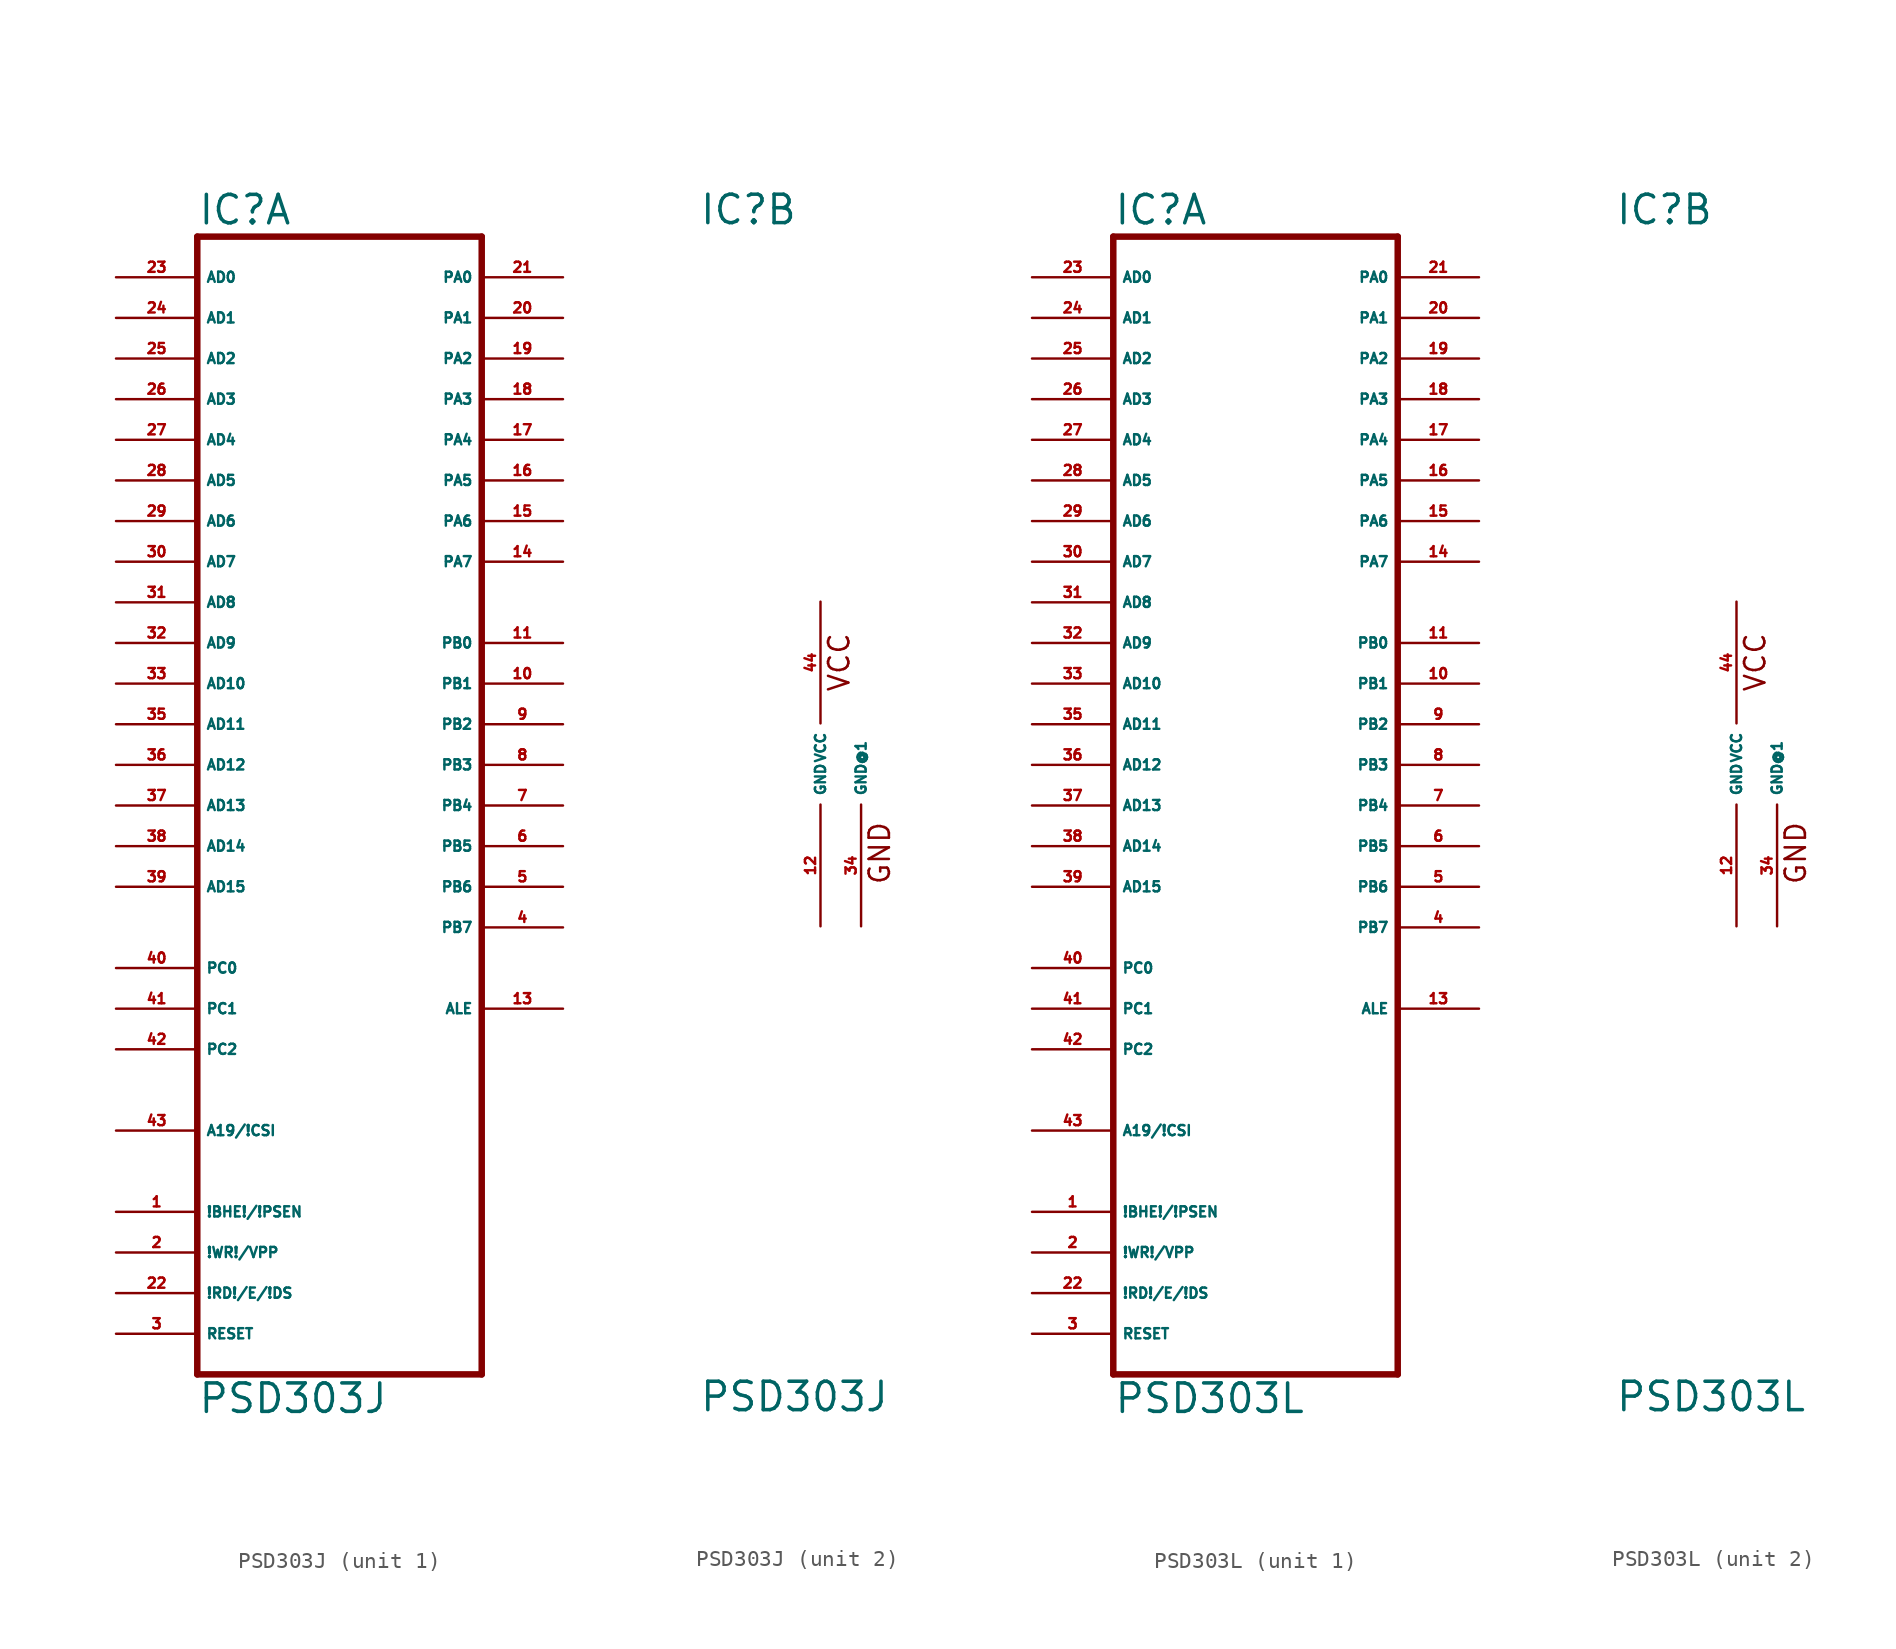
<source format=kicad_sym>
(kicad_symbol_lib
  (version 20220914)
  (generator Eagle2Kicad)
  (symbol "PSD303J"
    (property "Reference" "IC"
      (at -7.62 33.655 0)
      (effects (font (size 1.778 1.778) (thickness 0.22)) (justify left bottom)))
    (property "Value" "PSD303J"
      (at -7.62 -40.64 0)
      (effects (font (size 1.778 1.778) (thickness 0.22)) (justify left bottom)))
    (symbol "PSD303J_1_0"
      (polyline (pts (xy -7.62 -38.1) (xy 10.16 -38.1)) (stroke (width 0.406) (type default)) (fill (type none)))
      (polyline (pts (xy 10.16 -38.1) (xy 10.16 33.02)) (stroke (width 0.406) (type default)) (fill (type none)))
      (polyline (pts (xy 10.16 33.02) (xy -7.62 33.02)) (stroke (width 0.406) (type default)) (fill (type none)))
      (polyline (pts (xy -7.62 33.02) (xy -7.62 -38.1)) (stroke (width 0.406) (type default)) (fill (type none)))
      (pin input line (at -12.7 30.48 0) (length 5.08) (name "AD0" (effects (font (size 0.635 0.635) (thickness 0.08)) (justify left bottom))) (number "23" (effects (font (size 0.635 0.635) (thickness 0.08)) (justify left bottom))))
      (pin input line (at -12.7 27.94 0) (length 5.08) (name "AD1" (effects (font (size 0.635 0.635) (thickness 0.08)) (justify left bottom))) (number "24" (effects (font (size 0.635 0.635) (thickness 0.08)) (justify left bottom))))
      (pin input line (at -12.7 25.4 0) (length 5.08) (name "AD2" (effects (font (size 0.635 0.635) (thickness 0.08)) (justify left bottom))) (number "25" (effects (font (size 0.635 0.635) (thickness 0.08)) (justify left bottom))))
      (pin input line (at -12.7 22.86 0) (length 5.08) (name "AD3" (effects (font (size 0.635 0.635) (thickness 0.08)) (justify left bottom))) (number "26" (effects (font (size 0.635 0.635) (thickness 0.08)) (justify left bottom))))
      (pin input line (at -12.7 20.32 0) (length 5.08) (name "AD4" (effects (font (size 0.635 0.635) (thickness 0.08)) (justify left bottom))) (number "27" (effects (font (size 0.635 0.635) (thickness 0.08)) (justify left bottom))))
      (pin input line (at -12.7 17.78 0) (length 5.08) (name "AD5" (effects (font (size 0.635 0.635) (thickness 0.08)) (justify left bottom))) (number "28" (effects (font (size 0.635 0.635) (thickness 0.08)) (justify left bottom))))
      (pin input line (at -12.7 15.24 0) (length 5.08) (name "AD6" (effects (font (size 0.635 0.635) (thickness 0.08)) (justify left bottom))) (number "29" (effects (font (size 0.635 0.635) (thickness 0.08)) (justify left bottom))))
      (pin input line (at -12.7 12.7 0) (length 5.08) (name "AD7" (effects (font (size 0.635 0.635) (thickness 0.08)) (justify left bottom))) (number "30" (effects (font (size 0.635 0.635) (thickness 0.08)) (justify left bottom))))
      (pin input line (at -12.7 10.16 0) (length 5.08) (name "AD8" (effects (font (size 0.635 0.635) (thickness 0.08)) (justify left bottom))) (number "31" (effects (font (size 0.635 0.635) (thickness 0.08)) (justify left bottom))))
      (pin input line (at -12.7 7.62 0) (length 5.08) (name "AD9" (effects (font (size 0.635 0.635) (thickness 0.08)) (justify left bottom))) (number "32" (effects (font (size 0.635 0.635) (thickness 0.08)) (justify left bottom))))
      (pin input line (at -12.7 5.08 0) (length 5.08) (name "AD10" (effects (font (size 0.635 0.635) (thickness 0.08)) (justify left bottom))) (number "33" (effects (font (size 0.635 0.635) (thickness 0.08)) (justify left bottom))))
      (pin input line (at -12.7 2.54 0) (length 5.08) (name "AD11" (effects (font (size 0.635 0.635) (thickness 0.08)) (justify left bottom))) (number "35" (effects (font (size 0.635 0.635) (thickness 0.08)) (justify left bottom))))
      (pin input line (at -12.7 0 0) (length 5.08) (name "AD12" (effects (font (size 0.635 0.635) (thickness 0.08)) (justify left bottom))) (number "36" (effects (font (size 0.635 0.635) (thickness 0.08)) (justify left bottom))))
      (pin input line (at -12.7 -2.54 0) (length 5.08) (name "AD13" (effects (font (size 0.635 0.635) (thickness 0.08)) (justify left bottom))) (number "37" (effects (font (size 0.635 0.635) (thickness 0.08)) (justify left bottom))))
      (pin input line (at -12.7 -5.08 0) (length 5.08) (name "AD14" (effects (font (size 0.635 0.635) (thickness 0.08)) (justify left bottom))) (number "38" (effects (font (size 0.635 0.635) (thickness 0.08)) (justify left bottom))))
      (pin input line (at -12.7 -7.62 0) (length 5.08) (name "AD15" (effects (font (size 0.635 0.635) (thickness 0.08)) (justify left bottom))) (number "39" (effects (font (size 0.635 0.635) (thickness 0.08)) (justify left bottom))))
      (pin input line (at -12.7 -12.7 0) (length 5.08) (name "PC0" (effects (font (size 0.635 0.635) (thickness 0.08)) (justify left bottom))) (number "40" (effects (font (size 0.635 0.635) (thickness 0.08)) (justify left bottom))))
      (pin input line (at -12.7 -15.24 0) (length 5.08) (name "PC1" (effects (font (size 0.635 0.635) (thickness 0.08)) (justify left bottom))) (number "41" (effects (font (size 0.635 0.635) (thickness 0.08)) (justify left bottom))))
      (pin input line (at -12.7 -17.78 0) (length 5.08) (name "PC2" (effects (font (size 0.635 0.635) (thickness 0.08)) (justify left bottom))) (number "42" (effects (font (size 0.635 0.635) (thickness 0.08)) (justify left bottom))))
      (pin input line (at -12.7 -22.86 0) (length 5.08) (name "A19/!CSI" (effects (font (size 0.635 0.635) (thickness 0.08)) (justify left bottom))) (number "43" (effects (font (size 0.635 0.635) (thickness 0.08)) (justify left bottom))))
      (pin bidirectional line (at 15.24 30.48 180) (length 5.08) (name "PA0" (effects (font (size 0.635 0.635) (thickness 0.08)) (justify left bottom))) (number "21" (effects (font (size 0.635 0.635) (thickness 0.08)) (justify left bottom))))
      (pin bidirectional line (at 15.24 27.94 180) (length 5.08) (name "PA1" (effects (font (size 0.635 0.635) (thickness 0.08)) (justify left bottom))) (number "20" (effects (font (size 0.635 0.635) (thickness 0.08)) (justify left bottom))))
      (pin bidirectional line (at 15.24 25.4 180) (length 5.08) (name "PA2" (effects (font (size 0.635 0.635) (thickness 0.08)) (justify left bottom))) (number "19" (effects (font (size 0.635 0.635) (thickness 0.08)) (justify left bottom))))
      (pin bidirectional line (at 15.24 22.86 180) (length 5.08) (name "PA3" (effects (font (size 0.635 0.635) (thickness 0.08)) (justify left bottom))) (number "18" (effects (font (size 0.635 0.635) (thickness 0.08)) (justify left bottom))))
      (pin bidirectional line (at 15.24 20.32 180) (length 5.08) (name "PA4" (effects (font (size 0.635 0.635) (thickness 0.08)) (justify left bottom))) (number "17" (effects (font (size 0.635 0.635) (thickness 0.08)) (justify left bottom))))
      (pin bidirectional line (at 15.24 17.78 180) (length 5.08) (name "PA5" (effects (font (size 0.635 0.635) (thickness 0.08)) (justify left bottom))) (number "16" (effects (font (size 0.635 0.635) (thickness 0.08)) (justify left bottom))))
      (pin bidirectional line (at 15.24 15.24 180) (length 5.08) (name "PA6" (effects (font (size 0.635 0.635) (thickness 0.08)) (justify left bottom))) (number "15" (effects (font (size 0.635 0.635) (thickness 0.08)) (justify left bottom))))
      (pin bidirectional line (at 15.24 12.7 180) (length 5.08) (name "PA7" (effects (font (size 0.635 0.635) (thickness 0.08)) (justify left bottom))) (number "14" (effects (font (size 0.635 0.635) (thickness 0.08)) (justify left bottom))))
      (pin output line (at 15.24 7.62 180) (length 5.08) (name "PB0" (effects (font (size 0.635 0.635) (thickness 0.08)) (justify left bottom))) (number "11" (effects (font (size 0.635 0.635) (thickness 0.08)) (justify left bottom))))
      (pin output line (at 15.24 5.08 180) (length 5.08) (name "PB1" (effects (font (size 0.635 0.635) (thickness 0.08)) (justify left bottom))) (number "10" (effects (font (size 0.635 0.635) (thickness 0.08)) (justify left bottom))))
      (pin output line (at 15.24 2.54 180) (length 5.08) (name "PB2" (effects (font (size 0.635 0.635) (thickness 0.08)) (justify left bottom))) (number "9" (effects (font (size 0.635 0.635) (thickness 0.08)) (justify left bottom))))
      (pin output line (at 15.24 0 180) (length 5.08) (name "PB3" (effects (font (size 0.635 0.635) (thickness 0.08)) (justify left bottom))) (number "8" (effects (font (size 0.635 0.635) (thickness 0.08)) (justify left bottom))))
      (pin output line (at 15.24 -2.54 180) (length 5.08) (name "PB4" (effects (font (size 0.635 0.635) (thickness 0.08)) (justify left bottom))) (number "7" (effects (font (size 0.635 0.635) (thickness 0.08)) (justify left bottom))))
      (pin output line (at 15.24 -5.08 180) (length 5.08) (name "PB5" (effects (font (size 0.635 0.635) (thickness 0.08)) (justify left bottom))) (number "6" (effects (font (size 0.635 0.635) (thickness 0.08)) (justify left bottom))))
      (pin output line (at 15.24 -7.62 180) (length 5.08) (name "PB6" (effects (font (size 0.635 0.635) (thickness 0.08)) (justify left bottom))) (number "5" (effects (font (size 0.635 0.635) (thickness 0.08)) (justify left bottom))))
      (pin output line (at 15.24 -10.16 180) (length 5.08) (name "PB7" (effects (font (size 0.635 0.635) (thickness 0.08)) (justify left bottom))) (number "4" (effects (font (size 0.635 0.635) (thickness 0.08)) (justify left bottom))))
      (pin output line (at 15.24 -15.24 180) (length 5.08) (name "ALE" (effects (font (size 0.635 0.635) (thickness 0.08)) (justify left bottom))) (number "13" (effects (font (size 0.635 0.635) (thickness 0.08)) (justify left bottom))))
      (pin input line (at -12.7 -27.94 0) (length 5.08) (name "!BHE!/!PSEN" (effects (font (size 0.635 0.635) (thickness 0.08)) (justify left bottom))) (number "1" (effects (font (size 0.635 0.635) (thickness 0.08)) (justify left bottom))))
      (pin input line (at -12.7 -30.48 0) (length 5.08) (name "!WR!/VPP" (effects (font (size 0.635 0.635) (thickness 0.08)) (justify left bottom))) (number "2" (effects (font (size 0.635 0.635) (thickness 0.08)) (justify left bottom))))
      (pin input line (at -12.7 -33.02 0) (length 5.08) (name "!RD!/E/!DS" (effects (font (size 0.635 0.635) (thickness 0.08)) (justify left bottom))) (number "22" (effects (font (size 0.635 0.635) (thickness 0.08)) (justify left bottom))))
      (pin input line (at -12.7 -35.56 0) (length 5.08) (name "RESET" (effects (font (size 0.635 0.635) (thickness 0.08)) (justify left bottom))) (number "3" (effects (font (size 0.635 0.635) (thickness 0.08)) (justify left bottom)))))
    (symbol "PSD303J_2_0"
      (text "VCC" (at 1.905 4.445 900) (effects (font (size 1.27 1.27) (thickness 0.16)) (justify left bottom)))
      (text "GND" (at 4.445 -7.62 900) (effects (font (size 1.27 1.27) (thickness 0.16)) (justify left bottom)))
      (pin unspecified line (at 0 10.16 270) (length 7.62) (name "VCC" (effects (font (size 0.635 0.635) (thickness 0.08)) (justify left bottom))) (number "44" (effects (font (size 0.635 0.635) (thickness 0.08)) (justify left bottom))))
      (pin unspecified line (at 0 -10.16 90) (length 7.62) (name "GND" (effects (font (size 0.635 0.635) (thickness 0.08)) (justify left bottom))) (number "12" (effects (font (size 0.635 0.635) (thickness 0.08)) (justify left bottom))))
      (pin unspecified line (at 2.54 -10.16 90) (length 7.62) (name "GND@1" (effects (font (size 0.635 0.635) (thickness 0.08)) (justify left bottom))) (number "34" (effects (font (size 0.635 0.635) (thickness 0.08)) (justify left bottom))))))
  (symbol "PSD303L"
    (property "Reference" "IC"
      (at -7.62 33.655 0)
      (effects (font (size 1.778 1.778) (thickness 0.22)) (justify left bottom)))
    (property "Value" "PSD303L"
      (at -7.62 -40.64 0)
      (effects (font (size 1.778 1.778) (thickness 0.22)) (justify left bottom)))
    (symbol "PSD303L_1_0"
      (polyline (pts (xy -7.62 -38.1) (xy 10.16 -38.1)) (stroke (width 0.406) (type default)) (fill (type none)))
      (polyline (pts (xy 10.16 -38.1) (xy 10.16 33.02)) (stroke (width 0.406) (type default)) (fill (type none)))
      (polyline (pts (xy 10.16 33.02) (xy -7.62 33.02)) (stroke (width 0.406) (type default)) (fill (type none)))
      (polyline (pts (xy -7.62 33.02) (xy -7.62 -38.1)) (stroke (width 0.406) (type default)) (fill (type none)))
      (pin input line (at -12.7 30.48 0) (length 5.08) (name "AD0" (effects (font (size 0.635 0.635) (thickness 0.08)) (justify left bottom))) (number "23" (effects (font (size 0.635 0.635) (thickness 0.08)) (justify left bottom))))
      (pin input line (at -12.7 27.94 0) (length 5.08) (name "AD1" (effects (font (size 0.635 0.635) (thickness 0.08)) (justify left bottom))) (number "24" (effects (font (size 0.635 0.635) (thickness 0.08)) (justify left bottom))))
      (pin input line (at -12.7 25.4 0) (length 5.08) (name "AD2" (effects (font (size 0.635 0.635) (thickness 0.08)) (justify left bottom))) (number "25" (effects (font (size 0.635 0.635) (thickness 0.08)) (justify left bottom))))
      (pin input line (at -12.7 22.86 0) (length 5.08) (name "AD3" (effects (font (size 0.635 0.635) (thickness 0.08)) (justify left bottom))) (number "26" (effects (font (size 0.635 0.635) (thickness 0.08)) (justify left bottom))))
      (pin input line (at -12.7 20.32 0) (length 5.08) (name "AD4" (effects (font (size 0.635 0.635) (thickness 0.08)) (justify left bottom))) (number "27" (effects (font (size 0.635 0.635) (thickness 0.08)) (justify left bottom))))
      (pin input line (at -12.7 17.78 0) (length 5.08) (name "AD5" (effects (font (size 0.635 0.635) (thickness 0.08)) (justify left bottom))) (number "28" (effects (font (size 0.635 0.635) (thickness 0.08)) (justify left bottom))))
      (pin input line (at -12.7 15.24 0) (length 5.08) (name "AD6" (effects (font (size 0.635 0.635) (thickness 0.08)) (justify left bottom))) (number "29" (effects (font (size 0.635 0.635) (thickness 0.08)) (justify left bottom))))
      (pin input line (at -12.7 12.7 0) (length 5.08) (name "AD7" (effects (font (size 0.635 0.635) (thickness 0.08)) (justify left bottom))) (number "30" (effects (font (size 0.635 0.635) (thickness 0.08)) (justify left bottom))))
      (pin input line (at -12.7 10.16 0) (length 5.08) (name "AD8" (effects (font (size 0.635 0.635) (thickness 0.08)) (justify left bottom))) (number "31" (effects (font (size 0.635 0.635) (thickness 0.08)) (justify left bottom))))
      (pin input line (at -12.7 7.62 0) (length 5.08) (name "AD9" (effects (font (size 0.635 0.635) (thickness 0.08)) (justify left bottom))) (number "32" (effects (font (size 0.635 0.635) (thickness 0.08)) (justify left bottom))))
      (pin input line (at -12.7 5.08 0) (length 5.08) (name "AD10" (effects (font (size 0.635 0.635) (thickness 0.08)) (justify left bottom))) (number "33" (effects (font (size 0.635 0.635) (thickness 0.08)) (justify left bottom))))
      (pin input line (at -12.7 2.54 0) (length 5.08) (name "AD11" (effects (font (size 0.635 0.635) (thickness 0.08)) (justify left bottom))) (number "35" (effects (font (size 0.635 0.635) (thickness 0.08)) (justify left bottom))))
      (pin input line (at -12.7 0 0) (length 5.08) (name "AD12" (effects (font (size 0.635 0.635) (thickness 0.08)) (justify left bottom))) (number "36" (effects (font (size 0.635 0.635) (thickness 0.08)) (justify left bottom))))
      (pin input line (at -12.7 -2.54 0) (length 5.08) (name "AD13" (effects (font (size 0.635 0.635) (thickness 0.08)) (justify left bottom))) (number "37" (effects (font (size 0.635 0.635) (thickness 0.08)) (justify left bottom))))
      (pin input line (at -12.7 -5.08 0) (length 5.08) (name "AD14" (effects (font (size 0.635 0.635) (thickness 0.08)) (justify left bottom))) (number "38" (effects (font (size 0.635 0.635) (thickness 0.08)) (justify left bottom))))
      (pin input line (at -12.7 -7.62 0) (length 5.08) (name "AD15" (effects (font (size 0.635 0.635) (thickness 0.08)) (justify left bottom))) (number "39" (effects (font (size 0.635 0.635) (thickness 0.08)) (justify left bottom))))
      (pin input line (at -12.7 -12.7 0) (length 5.08) (name "PC0" (effects (font (size 0.635 0.635) (thickness 0.08)) (justify left bottom))) (number "40" (effects (font (size 0.635 0.635) (thickness 0.08)) (justify left bottom))))
      (pin input line (at -12.7 -15.24 0) (length 5.08) (name "PC1" (effects (font (size 0.635 0.635) (thickness 0.08)) (justify left bottom))) (number "41" (effects (font (size 0.635 0.635) (thickness 0.08)) (justify left bottom))))
      (pin input line (at -12.7 -17.78 0) (length 5.08) (name "PC2" (effects (font (size 0.635 0.635) (thickness 0.08)) (justify left bottom))) (number "42" (effects (font (size 0.635 0.635) (thickness 0.08)) (justify left bottom))))
      (pin input line (at -12.7 -22.86 0) (length 5.08) (name "A19/!CSI" (effects (font (size 0.635 0.635) (thickness 0.08)) (justify left bottom))) (number "43" (effects (font (size 0.635 0.635) (thickness 0.08)) (justify left bottom))))
      (pin bidirectional line (at 15.24 30.48 180) (length 5.08) (name "PA0" (effects (font (size 0.635 0.635) (thickness 0.08)) (justify left bottom))) (number "21" (effects (font (size 0.635 0.635) (thickness 0.08)) (justify left bottom))))
      (pin bidirectional line (at 15.24 27.94 180) (length 5.08) (name "PA1" (effects (font (size 0.635 0.635) (thickness 0.08)) (justify left bottom))) (number "20" (effects (font (size 0.635 0.635) (thickness 0.08)) (justify left bottom))))
      (pin bidirectional line (at 15.24 25.4 180) (length 5.08) (name "PA2" (effects (font (size 0.635 0.635) (thickness 0.08)) (justify left bottom))) (number "19" (effects (font (size 0.635 0.635) (thickness 0.08)) (justify left bottom))))
      (pin bidirectional line (at 15.24 22.86 180) (length 5.08) (name "PA3" (effects (font (size 0.635 0.635) (thickness 0.08)) (justify left bottom))) (number "18" (effects (font (size 0.635 0.635) (thickness 0.08)) (justify left bottom))))
      (pin bidirectional line (at 15.24 20.32 180) (length 5.08) (name "PA4" (effects (font (size 0.635 0.635) (thickness 0.08)) (justify left bottom))) (number "17" (effects (font (size 0.635 0.635) (thickness 0.08)) (justify left bottom))))
      (pin bidirectional line (at 15.24 17.78 180) (length 5.08) (name "PA5" (effects (font (size 0.635 0.635) (thickness 0.08)) (justify left bottom))) (number "16" (effects (font (size 0.635 0.635) (thickness 0.08)) (justify left bottom))))
      (pin bidirectional line (at 15.24 15.24 180) (length 5.08) (name "PA6" (effects (font (size 0.635 0.635) (thickness 0.08)) (justify left bottom))) (number "15" (effects (font (size 0.635 0.635) (thickness 0.08)) (justify left bottom))))
      (pin bidirectional line (at 15.24 12.7 180) (length 5.08) (name "PA7" (effects (font (size 0.635 0.635) (thickness 0.08)) (justify left bottom))) (number "14" (effects (font (size 0.635 0.635) (thickness 0.08)) (justify left bottom))))
      (pin output line (at 15.24 7.62 180) (length 5.08) (name "PB0" (effects (font (size 0.635 0.635) (thickness 0.08)) (justify left bottom))) (number "11" (effects (font (size 0.635 0.635) (thickness 0.08)) (justify left bottom))))
      (pin output line (at 15.24 5.08 180) (length 5.08) (name "PB1" (effects (font (size 0.635 0.635) (thickness 0.08)) (justify left bottom))) (number "10" (effects (font (size 0.635 0.635) (thickness 0.08)) (justify left bottom))))
      (pin output line (at 15.24 2.54 180) (length 5.08) (name "PB2" (effects (font (size 0.635 0.635) (thickness 0.08)) (justify left bottom))) (number "9" (effects (font (size 0.635 0.635) (thickness 0.08)) (justify left bottom))))
      (pin output line (at 15.24 0 180) (length 5.08) (name "PB3" (effects (font (size 0.635 0.635) (thickness 0.08)) (justify left bottom))) (number "8" (effects (font (size 0.635 0.635) (thickness 0.08)) (justify left bottom))))
      (pin output line (at 15.24 -2.54 180) (length 5.08) (name "PB4" (effects (font (size 0.635 0.635) (thickness 0.08)) (justify left bottom))) (number "7" (effects (font (size 0.635 0.635) (thickness 0.08)) (justify left bottom))))
      (pin output line (at 15.24 -5.08 180) (length 5.08) (name "PB5" (effects (font (size 0.635 0.635) (thickness 0.08)) (justify left bottom))) (number "6" (effects (font (size 0.635 0.635) (thickness 0.08)) (justify left bottom))))
      (pin output line (at 15.24 -7.62 180) (length 5.08) (name "PB6" (effects (font (size 0.635 0.635) (thickness 0.08)) (justify left bottom))) (number "5" (effects (font (size 0.635 0.635) (thickness 0.08)) (justify left bottom))))
      (pin output line (at 15.24 -10.16 180) (length 5.08) (name "PB7" (effects (font (size 0.635 0.635) (thickness 0.08)) (justify left bottom))) (number "4" (effects (font (size 0.635 0.635) (thickness 0.08)) (justify left bottom))))
      (pin output line (at 15.24 -15.24 180) (length 5.08) (name "ALE" (effects (font (size 0.635 0.635) (thickness 0.08)) (justify left bottom))) (number "13" (effects (font (size 0.635 0.635) (thickness 0.08)) (justify left bottom))))
      (pin input line (at -12.7 -27.94 0) (length 5.08) (name "!BHE!/!PSEN" (effects (font (size 0.635 0.635) (thickness 0.08)) (justify left bottom))) (number "1" (effects (font (size 0.635 0.635) (thickness 0.08)) (justify left bottom))))
      (pin input line (at -12.7 -30.48 0) (length 5.08) (name "!WR!/VPP" (effects (font (size 0.635 0.635) (thickness 0.08)) (justify left bottom))) (number "2" (effects (font (size 0.635 0.635) (thickness 0.08)) (justify left bottom))))
      (pin input line (at -12.7 -33.02 0) (length 5.08) (name "!RD!/E/!DS" (effects (font (size 0.635 0.635) (thickness 0.08)) (justify left bottom))) (number "22" (effects (font (size 0.635 0.635) (thickness 0.08)) (justify left bottom))))
      (pin input line (at -12.7 -35.56 0) (length 5.08) (name "RESET" (effects (font (size 0.635 0.635) (thickness 0.08)) (justify left bottom))) (number "3" (effects (font (size 0.635 0.635) (thickness 0.08)) (justify left bottom)))))
    (symbol "PSD303L_2_0"
      (text "VCC" (at 1.905 4.445 900) (effects (font (size 1.27 1.27) (thickness 0.16)) (justify left bottom)))
      (text "GND" (at 4.445 -7.62 900) (effects (font (size 1.27 1.27) (thickness 0.16)) (justify left bottom)))
      (pin unspecified line (at 0 10.16 270) (length 7.62) (name "VCC" (effects (font (size 0.635 0.635) (thickness 0.08)) (justify left bottom))) (number "44" (effects (font (size 0.635 0.635) (thickness 0.08)) (justify left bottom))))
      (pin unspecified line (at 0 -10.16 90) (length 7.62) (name "GND" (effects (font (size 0.635 0.635) (thickness 0.08)) (justify left bottom))) (number "12" (effects (font (size 0.635 0.635) (thickness 0.08)) (justify left bottom))))
      (pin unspecified line (at 2.54 -10.16 90) (length 7.62) (name "GND@1" (effects (font (size 0.635 0.635) (thickness 0.08)) (justify left bottom))) (number "34" (effects (font (size 0.635 0.635) (thickness 0.08)) (justify left bottom)))))))
</source>
